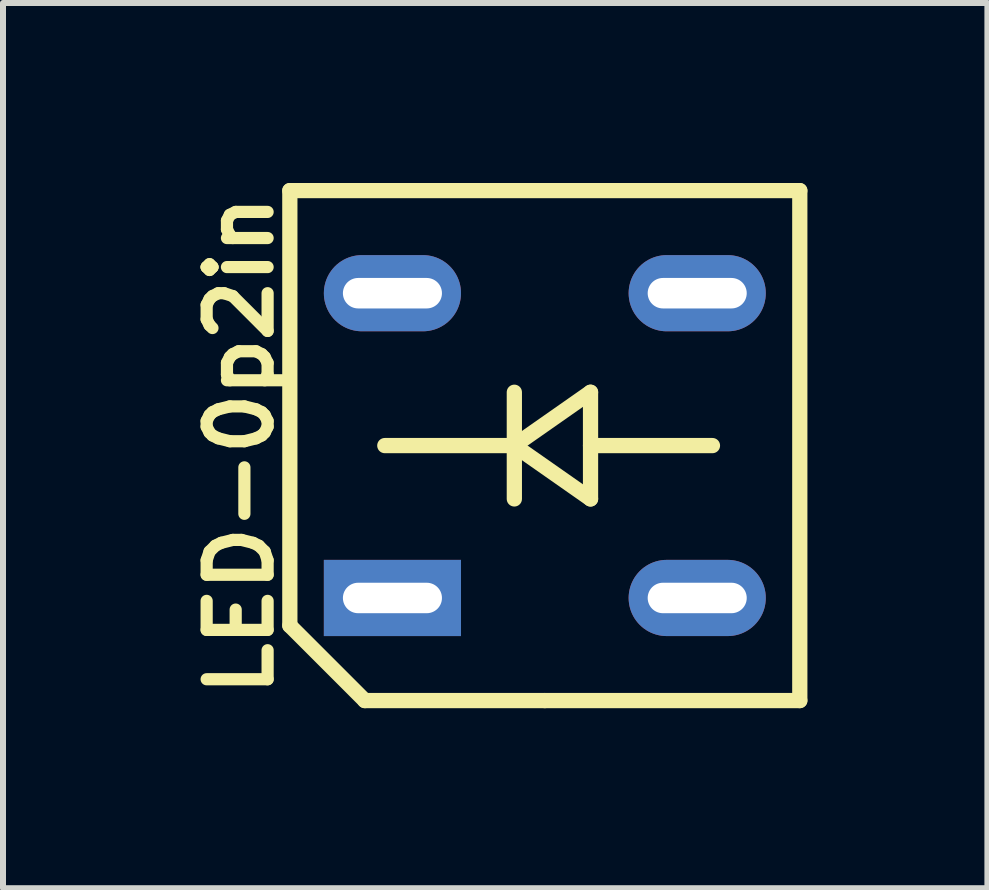
<source format=kicad_pcb>
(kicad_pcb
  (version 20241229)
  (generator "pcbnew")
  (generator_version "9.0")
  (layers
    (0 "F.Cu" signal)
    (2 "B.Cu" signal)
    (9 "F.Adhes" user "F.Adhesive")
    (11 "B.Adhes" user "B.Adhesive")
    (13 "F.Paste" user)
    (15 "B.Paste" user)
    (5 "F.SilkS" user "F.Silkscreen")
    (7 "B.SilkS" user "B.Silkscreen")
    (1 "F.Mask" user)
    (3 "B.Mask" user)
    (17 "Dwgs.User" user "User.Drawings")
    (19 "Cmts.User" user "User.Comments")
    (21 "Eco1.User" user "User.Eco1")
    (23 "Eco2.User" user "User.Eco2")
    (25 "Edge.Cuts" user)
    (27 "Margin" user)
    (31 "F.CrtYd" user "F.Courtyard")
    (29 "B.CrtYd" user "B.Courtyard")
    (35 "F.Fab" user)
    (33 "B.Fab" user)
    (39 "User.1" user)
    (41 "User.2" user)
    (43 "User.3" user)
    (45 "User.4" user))
  (footprint "LED-0p2in"
    (layer "F.Cu")
    (at 6.031 4.377)
    (property "Reference" "LED-0p2in" (at -5.08 0 90) (layer "F.SilkS") (effects (font (size 1.016 1.016) (thickness 0.203))))
    (attr through_hole)
    (fp_line (start -4.25 -4.25) (end -4.25 3) (stroke (width 0.254) (type solid)) (layer "F.SilkS"))
    (fp_line (start -4.25 3) (end -3 4.25) (stroke (width 0.254) (type solid)) (layer "F.SilkS"))
    (fp_line (start -3 4.25) (end 0 4.25) (stroke (width 0.254) (type solid)) (layer "F.SilkS"))
    (fp_line (start -0.508 -0.889) (end -0.508 0.889) (stroke (width 0.254) (type solid)) (layer "F.SilkS"))
    (fp_line (start -0.508 0) (end -2.667 0) (stroke (width 0.254) (type solid)) (layer "F.SilkS"))
    (fp_line (start -0.508 0) (end 0.762 -0.889) (stroke (width 0.254) (type solid)) (layer "F.SilkS"))
    (fp_line (start 0 4.25) (end 4.25 4.25) (stroke (width 0.254) (type solid)) (layer "F.SilkS"))
    (fp_line (start 0.762 -0.889) (end 0.762 0.889) (stroke (width 0.254) (type solid)) (layer "F.SilkS"))
    (fp_line (start 0.762 0) (end 2.794 0) (stroke (width 0.254) (type solid)) (layer "F.SilkS"))
    (fp_line (start 0.762 0.889) (end -0.508 0) (stroke (width 0.254) (type solid)) (layer "F.SilkS"))
    (fp_line (start 4.25 -4.25) (end -4.25 -4.25) (stroke (width 0.254) (type solid)) (layer "F.SilkS"))
    (fp_line (start 4.25 4.25) (end 4.25 -4.25) (stroke (width 0.254) (type solid)) (layer "F.SilkS"))
    (pad "1" thru_hole oval (at -2.54 -2.54) (size 2.286 1.27) (drill oval 1.651 0.508) (layers "*.Cu" "*.Mask"))
    (pad "1" thru_hole rect (at -2.54 2.54) (size 2.286 1.27) (drill oval 1.651 0.508) (layers "*.Cu" "*.Mask"))
    (pad "2" thru_hole oval (at 2.54 -2.54) (size 2.286 1.27) (drill oval 1.651 0.508) (layers "*.Cu" "*.Mask"))
    (pad "2" thru_hole oval (at 2.54 2.54) (size 2.286 1.27) (drill oval 1.651 0.508) (layers "*.Cu" "*.Mask")))
  (gr_rect
    (start -3 -3)
    (end 13.408 11.754)
    (stroke (width 0.1) (type default))
    (fill no)
    (layer "Edge.Cuts")))
</source>
